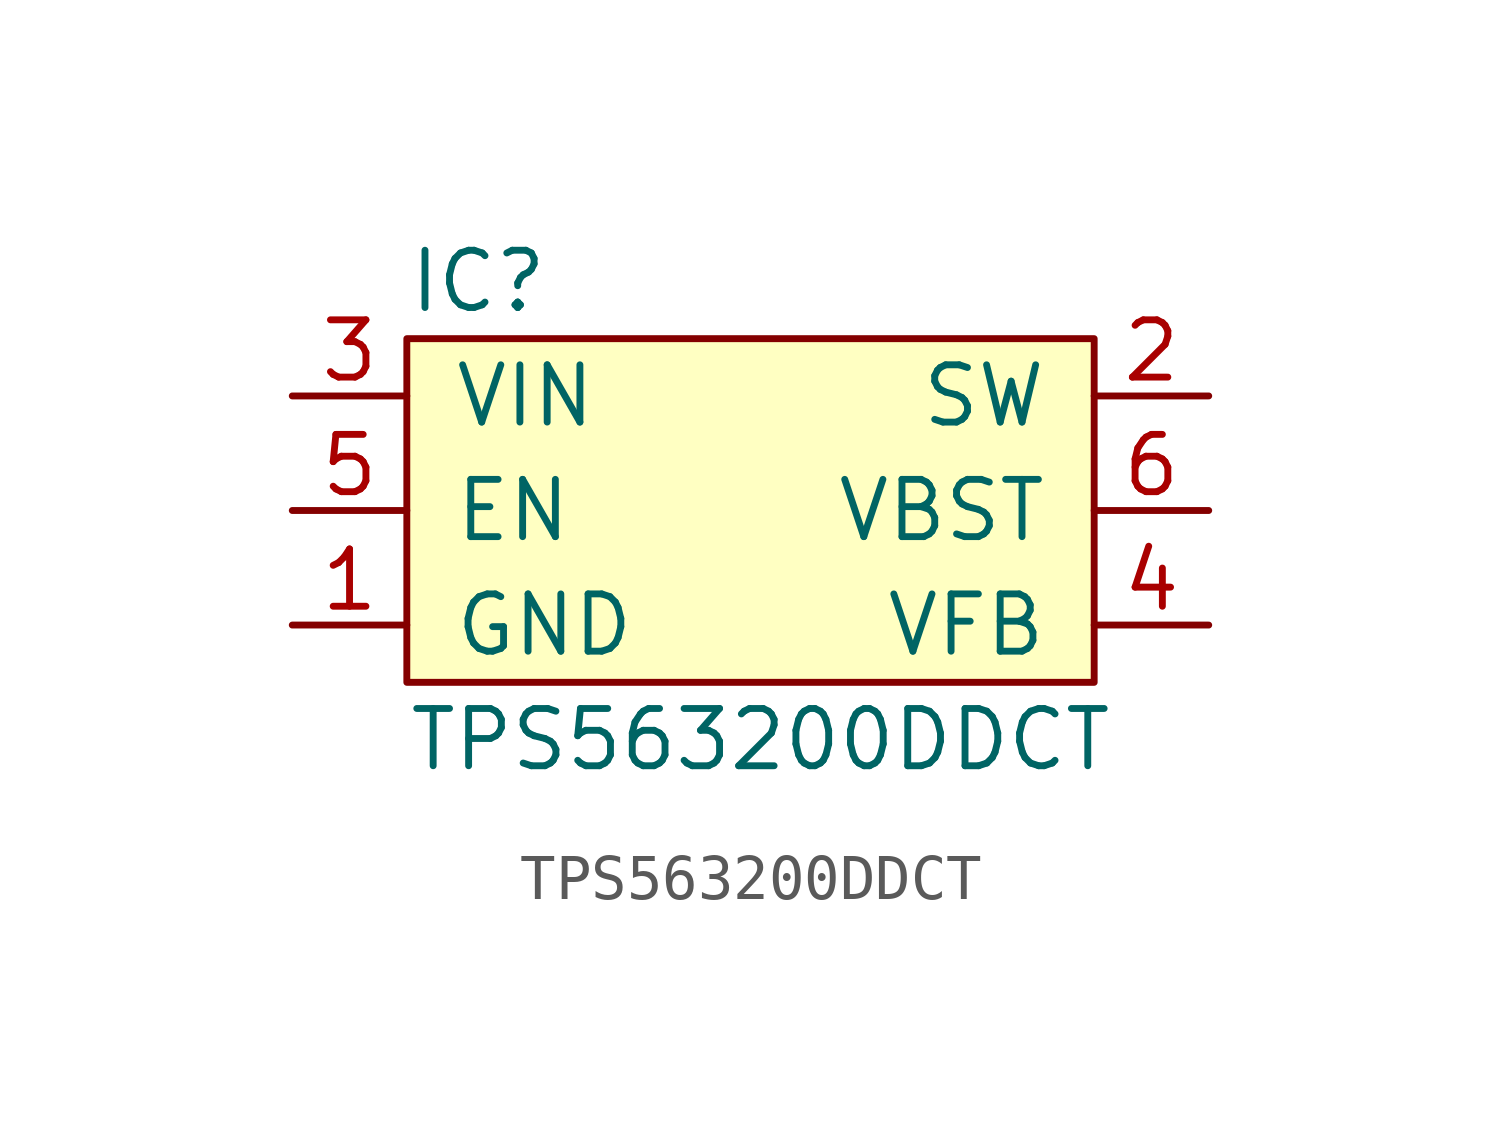
<source format=kicad_sym>
(kicad_symbol_lib
  (version 20211014)
  (generator agg_kicad.build_lib_ic)
  (symbol "TPS563200DDCT"
    (pin_names
      (offset 1.016))
    (property Reference IC
      (at -7.62 5.08 0)
      (effects (font (size 1.27 1.27)) (justify left)))
    (property Value "TPS563200DDCT"
      (at -7.62 -5.08 0)
      (effects (font (size 1.27 1.27)) (justify left)))
    (symbol "TPS563200DDCT_0_0"
      (rectangle (start -7.62 3.81) (end 7.62 -3.81) (stroke (width 0) (type default) (color 0 0 0 0)) (fill (type background)))
      (pin power_in line (at -10.16 2.54 0) (length 2.54) (name VIN (effects (font (size 1.27 1.27)))) (number "3" (effects (font (size 1.27 1.27)))))
      (pin input line (at -10.16 0 0) (length 2.54) (name EN (effects (font (size 1.27 1.27)))) (number "5" (effects (font (size 1.27 1.27)))))
      (pin power_in line (at -10.16 -2.54 0) (length 2.54) (name GND (effects (font (size 1.27 1.27)))) (number "1" (effects (font (size 1.27 1.27)))))
      (pin passive line (at 10.16 2.54 180) (length 2.54) (name SW (effects (font (size 1.27 1.27)))) (number "2" (effects (font (size 1.27 1.27)))))
      (pin passive line (at 10.16 0 180) (length 2.54) (name VBST (effects (font (size 1.27 1.27)))) (number "6" (effects (font (size 1.27 1.27)))))
      (pin input line (at 10.16 -2.54 180) (length 2.54) (name VFB (effects (font (size 1.27 1.27)))) (number "4" (effects (font (size 1.27 1.27))))))))
</source>
